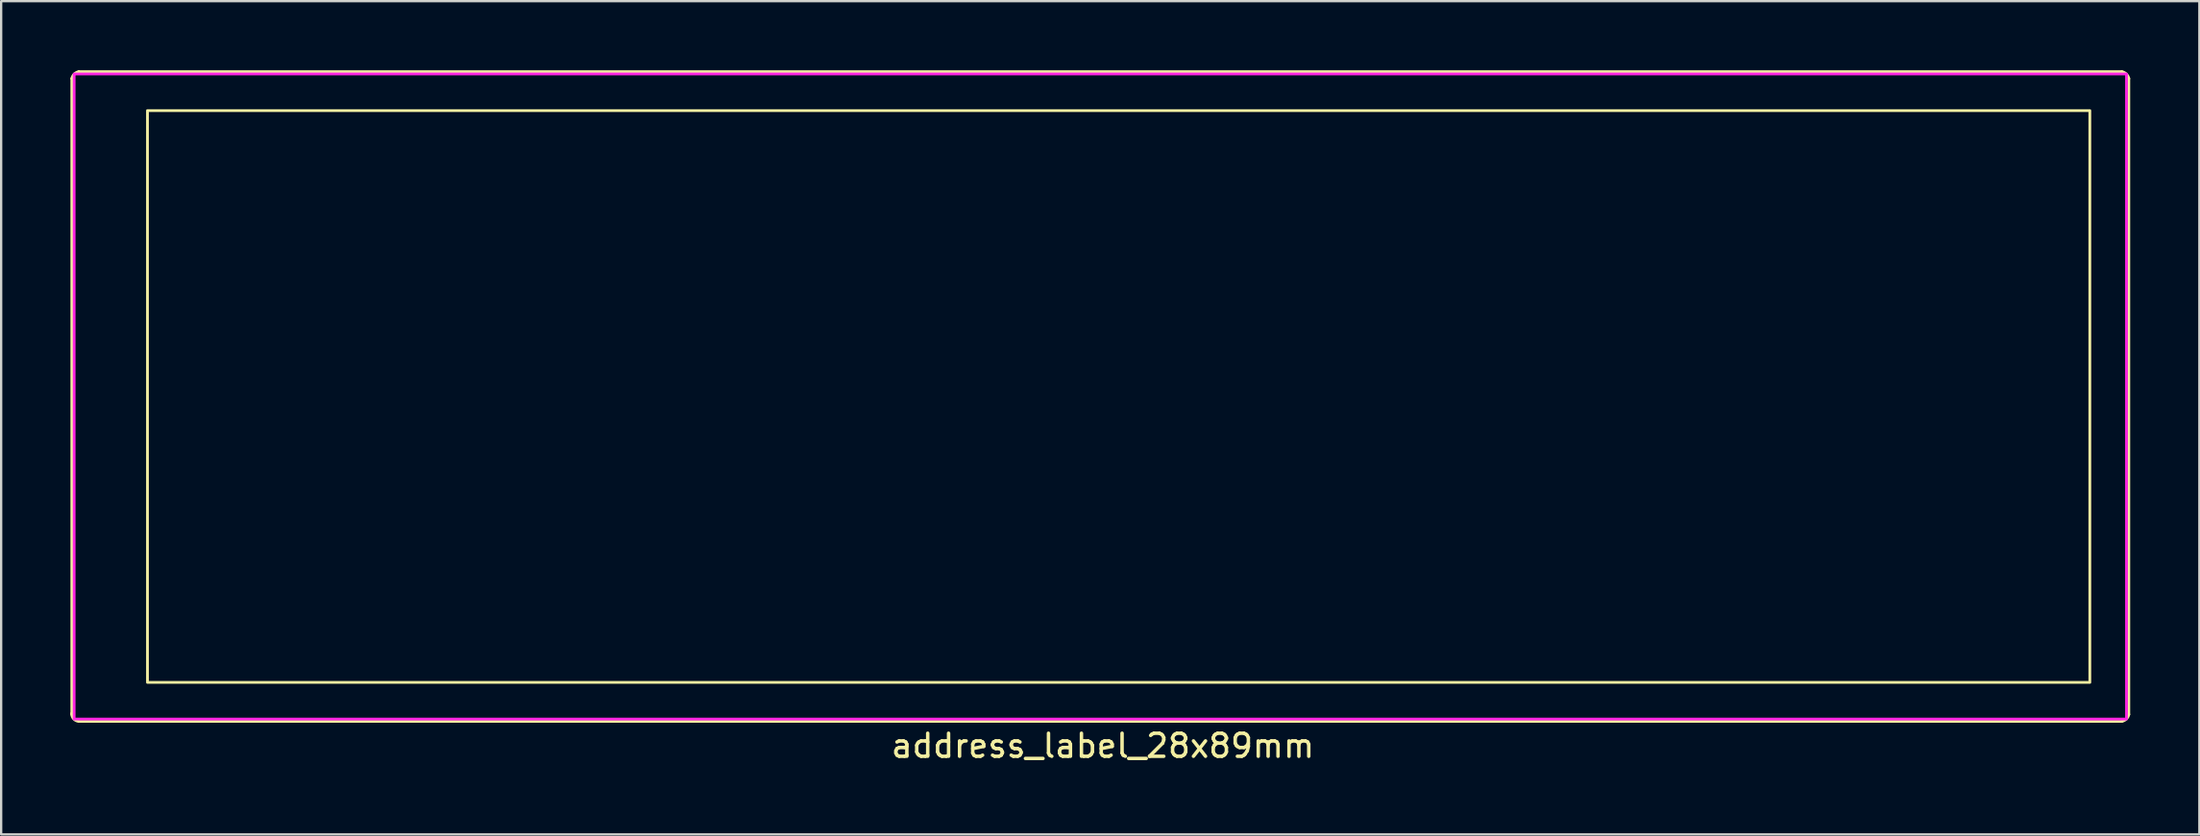
<source format=kicad_pcb>
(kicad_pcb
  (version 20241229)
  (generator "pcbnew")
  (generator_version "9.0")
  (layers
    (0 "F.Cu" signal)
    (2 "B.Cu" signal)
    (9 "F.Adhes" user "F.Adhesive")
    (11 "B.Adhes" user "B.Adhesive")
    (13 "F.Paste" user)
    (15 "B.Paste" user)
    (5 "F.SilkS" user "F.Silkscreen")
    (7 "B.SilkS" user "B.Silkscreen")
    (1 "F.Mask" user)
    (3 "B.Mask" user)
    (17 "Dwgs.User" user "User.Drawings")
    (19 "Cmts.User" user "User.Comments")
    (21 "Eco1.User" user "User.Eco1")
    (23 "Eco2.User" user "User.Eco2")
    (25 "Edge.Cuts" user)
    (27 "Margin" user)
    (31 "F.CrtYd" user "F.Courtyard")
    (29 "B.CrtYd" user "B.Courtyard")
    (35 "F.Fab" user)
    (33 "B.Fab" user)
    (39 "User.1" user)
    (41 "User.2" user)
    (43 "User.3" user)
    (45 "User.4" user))
  (footprint "address_label_28x89mm"
    (layer "F.Cu")
    (at 44.665 14.16)
    (property "Reference" "address_label_28x89mm" (at 0.11 15.16 0) (unlocked yes) (layer "F.SilkS") (effects (font (size 1 1) (thickness 0.15))))
    (attr smd)
    (fp_line (start -44.6 -13.8) (end -44.6 13.8) (stroke (width 0.12) (type solid)) (layer "F.SilkS"))
    (fp_line (start 44.3 -14.1) (end -44.3 -14.1) (stroke (width 0.12) (type solid)) (layer "F.SilkS"))
    (fp_line (start 44.3 14.1) (end -44.3 14.1) (stroke (width 0.12) (type solid)) (layer "F.SilkS"))
    (fp_line (start 44.6 -13.8) (end 44.6 13.8) (stroke (width 0.12) (type solid)) (layer "F.SilkS"))
    (fp_rect (start -41.32 -12.41) (end 42.91 12.41) (stroke (width 0.12) (type solid)) (fill no) (layer "F.SilkS"))
    (fp_arc (start -44.6 -13.8) (mid -44.495236 -13.995236) (end -44.3 -14.1) (stroke (width 0.12) (type solid)) (layer "F.SilkS"))
    (fp_arc (start -44.3 14.1) (mid -44.522648 13.989411) (end -44.604764 13.754764) (stroke (width 0.12) (type solid)) (layer "F.SilkS"))
    (fp_arc (start 44.3 -14.1) (mid 44.495236 -13.995236) (end 44.6 -13.8) (stroke (width 0.12) (type solid)) (layer "F.SilkS"))
    (fp_arc (start 44.6 13.8) (mid 44.495236 13.995236) (end 44.3 14.1) (stroke (width 0.12) (type solid)) (layer "F.SilkS"))
    (fp_rect (start -44.5 -14) (end 44.5 14) (stroke (width 0.12) (type solid)) (fill no) (layer "F.CrtYd"))
    (fp_text user "" (at 0 2.5 0) (unlocked yes) (layer "F.Fab") (effects (font (size 1 1) (thickness 0.15)))))
  (gr_rect
    (start -3 -3)
    (end 92.325 33.168)
    (stroke (width 0.1) (type default))
    (fill no)
    (layer "Edge.Cuts")))
</source>
